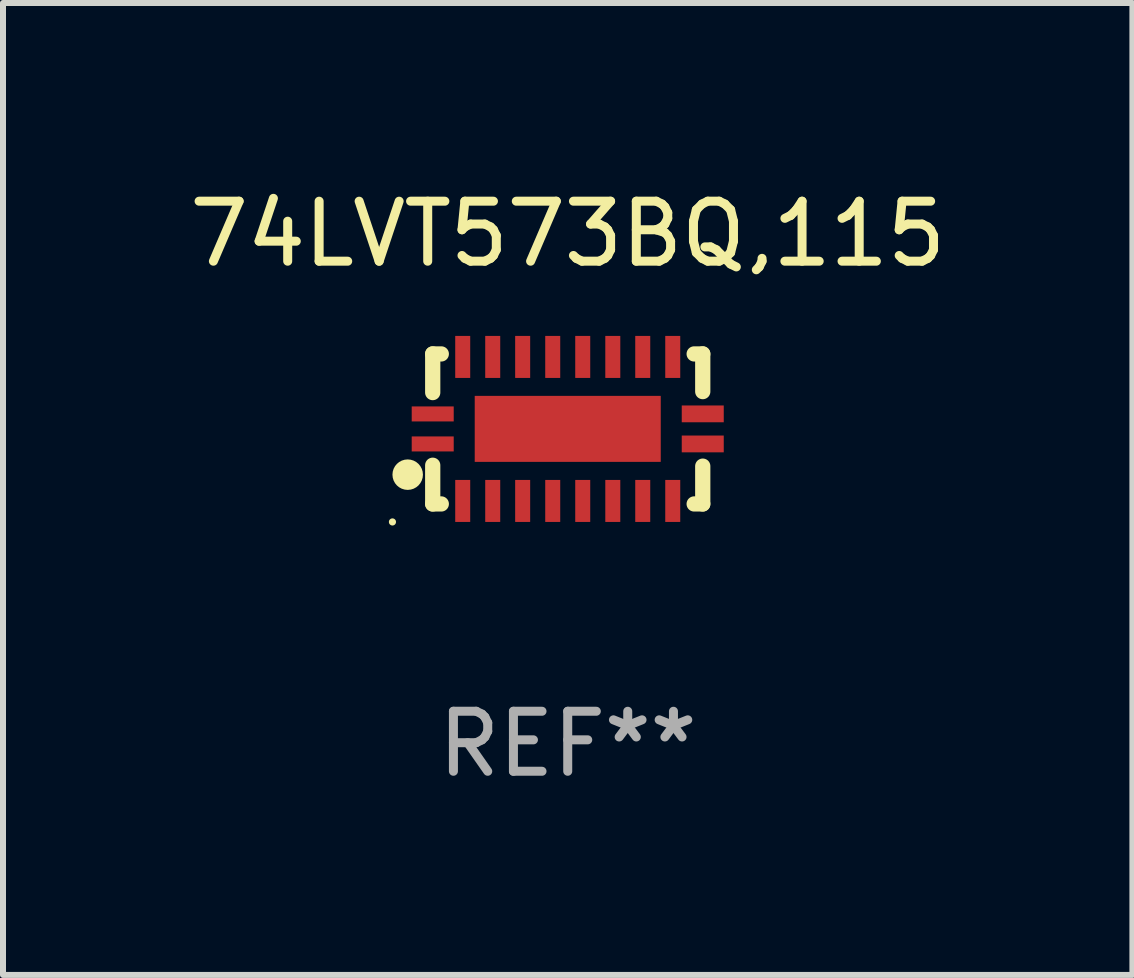
<source format=kicad_pcb>
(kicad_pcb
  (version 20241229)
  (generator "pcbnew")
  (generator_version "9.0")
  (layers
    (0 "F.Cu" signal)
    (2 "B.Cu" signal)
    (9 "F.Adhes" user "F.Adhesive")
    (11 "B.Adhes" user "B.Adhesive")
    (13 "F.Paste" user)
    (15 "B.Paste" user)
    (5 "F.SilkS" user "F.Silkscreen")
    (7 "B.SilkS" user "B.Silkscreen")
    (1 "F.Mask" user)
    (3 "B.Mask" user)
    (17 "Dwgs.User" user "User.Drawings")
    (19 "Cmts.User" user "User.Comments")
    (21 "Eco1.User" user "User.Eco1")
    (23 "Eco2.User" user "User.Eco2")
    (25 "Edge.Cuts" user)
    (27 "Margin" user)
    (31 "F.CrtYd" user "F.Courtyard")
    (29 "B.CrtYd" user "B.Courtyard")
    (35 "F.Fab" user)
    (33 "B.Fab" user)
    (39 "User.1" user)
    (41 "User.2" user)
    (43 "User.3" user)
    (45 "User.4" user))
  (footprint "74LVT573BQ,115"
    (layer "F.Cu")
    (at 6.411 4.098)
    (property "Reference" "74LVT573BQ,115" (at 0 -3.25 0) (layer "F.SilkS") (effects (font (size 1 1) (thickness 0.15))))
    (attr through_hole)
    (fp_line (start -2.25 0.605) (end -2.25 1.25) (stroke (width 0.254) (type solid)) (layer "F.SilkS"))
    (fp_line (start -2.25 1.25) (end -2.107 1.25) (stroke (width 0.254) (type solid)) (layer "F.SilkS"))
    (fp_line (start -2.25 -1.25) (end -2.25 -0.606) (stroke (width 0.254) (type solid)) (layer "F.SilkS"))
    (fp_line (start -2.25 -1.25) (end -2.107 -1.25) (stroke (width 0.254) (type solid)) (layer "F.SilkS"))
    (fp_line (start 2.107 -1.25) (end 2.25 -1.25) (stroke (width 0.254) (type solid)) (layer "F.SilkS"))
    (fp_line (start 2.107 1.25) (end 2.25 1.25) (stroke (width 0.254) (type solid)) (layer "F.SilkS"))
    (fp_line (start 2.25 -1.25) (end 2.25 -0.622) (stroke (width 0.254) (type solid)) (layer "F.SilkS"))
    (fp_line (start 2.25 0.62) (end 2.25 1.25) (stroke (width 0.254) (type solid)) (layer "F.SilkS"))
    (fp_circle (center -2.921 1.55) (end -2.891 1.55) (stroke (width 0.06) (type solid)) (fill no) (layer "F.SilkS"))
    (fp_circle (center -2.667 0.762) (end -2.54 0.762) (stroke (width 0.254) (type solid)) (fill no) (layer "F.SilkS"))
    (fp_text user "REF**" (at 0 5.25 0) (layer "F.Fab") (effects (font (size 1 1) (thickness 0.15))))
    (pad "1" smd rect (at -2.25 0.25 180) (size 0.7 0.25) (layers "F.Cu" "F.Mask" "F.Paste"))
    (pad "2" smd rect (at -1.75 1.2 90) (size 0.7 0.25) (layers "F.Cu" "F.Mask" "F.Paste"))
    (pad "3" smd rect (at -1.25 1.2 90) (size 0.7 0.25) (layers "F.Cu" "F.Mask" "F.Paste"))
    (pad "4" smd rect (at -0.751 1.2 90) (size 0.7 0.25) (layers "F.Cu" "F.Mask" "F.Paste"))
    (pad "5" smd rect (at -0.25 1.2 90) (size 0.7 0.25) (layers "F.Cu" "F.Mask" "F.Paste"))
    (pad "6" smd rect (at 0.25 1.2 90) (size 0.7 0.25) (layers "F.Cu" "F.Mask" "F.Paste"))
    (pad "7" smd rect (at 0.751 1.2 90) (size 0.7 0.25) (layers "F.Cu" "F.Mask" "F.Paste"))
    (pad "8" smd rect (at 1.25 1.2 90) (size 0.7 0.25) (layers "F.Cu" "F.Mask" "F.Paste"))
    (pad "9" smd rect (at 1.75 1.2 90) (size 0.7 0.25) (layers "F.Cu" "F.Mask" "F.Paste"))
    (pad "10" smd rect (at 2.25 0.25 180) (size 0.7 0.28) (layers "F.Cu" "F.Mask" "F.Paste"))
    (pad "11" smd rect (at 2.25 -0.251 180) (size 0.7 0.28) (layers "F.Cu" "F.Mask" "F.Paste"))
    (pad "12" smd rect (at 1.75 -1.2 90) (size 0.7 0.25) (layers "F.Cu" "F.Mask" "F.Paste"))
    (pad "13" smd rect (at 1.25 -1.2 90) (size 0.7 0.25) (layers "F.Cu" "F.Mask" "F.Paste"))
    (pad "14" smd rect (at 0.751 -1.2 90) (size 0.7 0.25) (layers "F.Cu" "F.Mask" "F.Paste"))
    (pad "15" smd rect (at 0.25 -1.2 90) (size 0.7 0.25) (layers "F.Cu" "F.Mask" "F.Paste"))
    (pad "16" smd rect (at -0.25 -1.2 90) (size 0.7 0.25) (layers "F.Cu" "F.Mask" "F.Paste"))
    (pad "17" smd rect (at -0.751 -1.2 90) (size 0.7 0.25) (layers "F.Cu" "F.Mask" "F.Paste"))
    (pad "18" smd rect (at -1.25 -1.2 90) (size 0.7 0.25) (layers "F.Cu" "F.Mask" "F.Paste"))
    (pad "19" smd rect (at -1.75 -1.2 90) (size 0.7 0.25) (layers "F.Cu" "F.Mask" "F.Paste"))
    (pad "20" smd rect (at -2.25 -0.25 180) (size 0.7 0.25) (layers "F.Cu" "F.Mask" "F.Paste"))
    (pad "21" smd rect (at 0 -0.001 180) (size 3.1 1.1) (layers "F.Cu" "F.Mask" "F.Paste")))
  (gr_rect
    (start -3 -3)
    (end 15.821 13.197)
    (stroke (width 0.1) (type default))
    (fill no)
    (layer "Edge.Cuts")))
</source>
